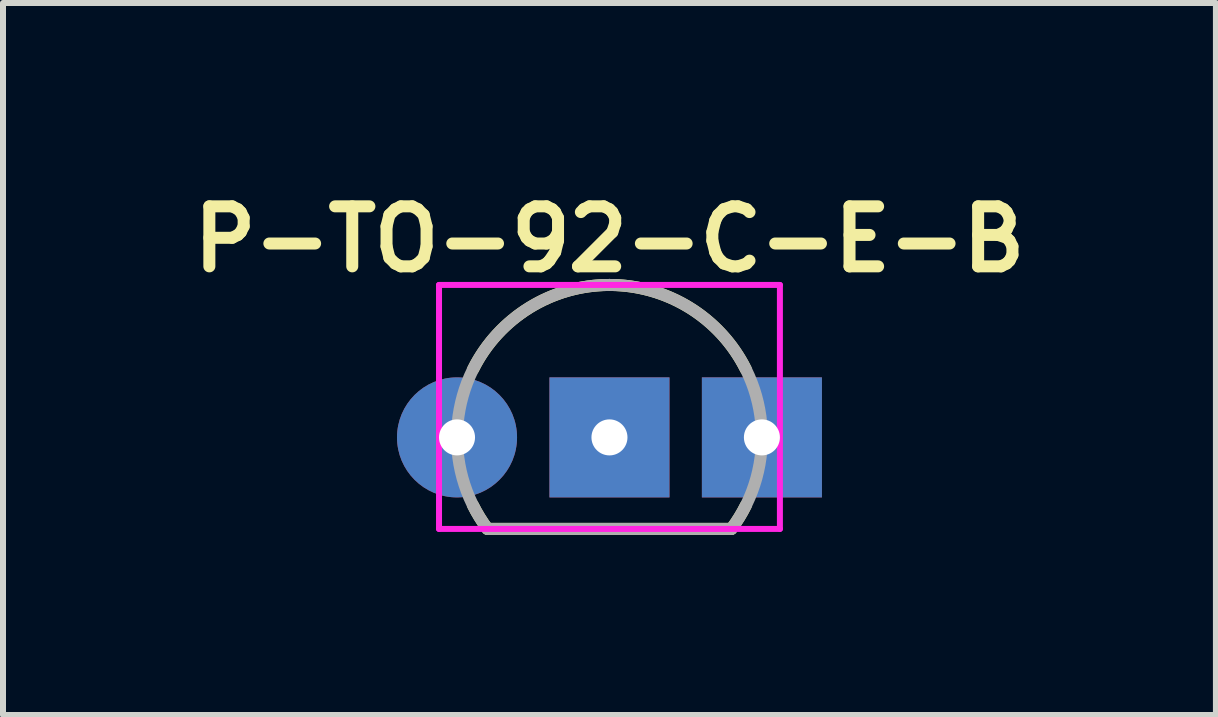
<source format=kicad_pcb>
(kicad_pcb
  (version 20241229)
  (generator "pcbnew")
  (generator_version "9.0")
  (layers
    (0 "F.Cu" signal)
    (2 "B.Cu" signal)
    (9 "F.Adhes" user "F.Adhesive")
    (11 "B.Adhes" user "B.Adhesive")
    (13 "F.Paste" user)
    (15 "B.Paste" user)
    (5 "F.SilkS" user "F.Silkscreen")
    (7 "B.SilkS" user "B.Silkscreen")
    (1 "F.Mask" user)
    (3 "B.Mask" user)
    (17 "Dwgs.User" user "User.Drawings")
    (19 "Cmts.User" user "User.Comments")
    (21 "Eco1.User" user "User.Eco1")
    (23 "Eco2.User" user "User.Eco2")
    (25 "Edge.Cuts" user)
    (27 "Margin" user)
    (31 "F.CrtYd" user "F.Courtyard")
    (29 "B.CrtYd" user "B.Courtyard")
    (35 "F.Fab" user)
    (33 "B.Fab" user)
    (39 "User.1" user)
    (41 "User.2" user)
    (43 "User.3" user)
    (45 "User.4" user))
  (footprint "P-TO-92-C-E-B"
    (layer "F.Cu")
    (at 7.105 4.238)
    (property "Reference" "P-TO-92-C-E-B" (at 0 -3.302 0) (layer "F.SilkS") (effects (font (size 1 1) (thickness 0.2))))
    (attr through_hole)
    (fp_line (start -2.032 1.524) (end 2.032 1.524) (stroke (width 0.2) (type solid)) (layer "F.SilkS"))
    (fp_arc (start -2.271152 -1.137308) (mid -1.334698 -2.16106) (end 0 -2.54) (stroke (width 0.2) (type solid)) (layer "F.SilkS"))
    (fp_arc (start -2.032 1.524) (mid -2.160597 1.335449) (end -2.271749 1.136115) (stroke (width 0.2) (type solid)) (layer "F.SilkS"))
    (fp_arc (start 0 -2.54) (mid 1.334698 -2.16106) (end 2.271152 -1.137308) (stroke (width 0.2) (type solid)) (layer "F.SilkS"))
    (fp_arc (start 2.271845 1.135922) (mid 2.160653 1.335357) (end 2.032 1.524) (stroke (width 0.2) (type solid)) (layer "F.SilkS"))
    (fp_line (start -2.84 -2.54) (end -2.84 1.525) (stroke (width 0.1) (type solid)) (layer "F.CrtYd"))
    (fp_line (start -2.84 -2.54) (end 2.84 -2.54) (stroke (width 0.1) (type solid)) (layer "F.CrtYd"))
    (fp_line (start -2.84 1.525) (end 2.84 1.525) (stroke (width 0.1) (type solid)) (layer "F.CrtYd"))
    (fp_line (start 2.84 -2.54) (end 2.84 1.525) (stroke (width 0.1) (type solid)) (layer "F.CrtYd"))
    (fp_line (start -2.031 1.525) (end 2.031 1.525) (stroke (width 0.2) (type solid)) (layer "F.Fab"))
    (fp_arc (start -2.03125 1.525) (mid 0.000084 -2.54) (end 2.031149 1.525135) (stroke (width 0.2) (type solid)) (layer "F.Fab"))
    (pad "B" thru_hole rect (at 2.54 0) (size 2 2) (drill 0.6) (layers "*.Cu" "*.Mask"))
    (pad "C" thru_hole circle (at -2.54 0) (size 2 2) (drill 0.6) (layers "*.Cu" "*.Mask"))
    (pad "E" thru_hole rect (at 0 0) (size 2 2) (drill 0.6) (layers "*.Cu" "*.Mask")))
  (gr_rect
    (start -3 -3)
    (end 17.21 8.863)
    (stroke (width 0.1) (type default))
    (fill no)
    (layer "Edge.Cuts")))
</source>
